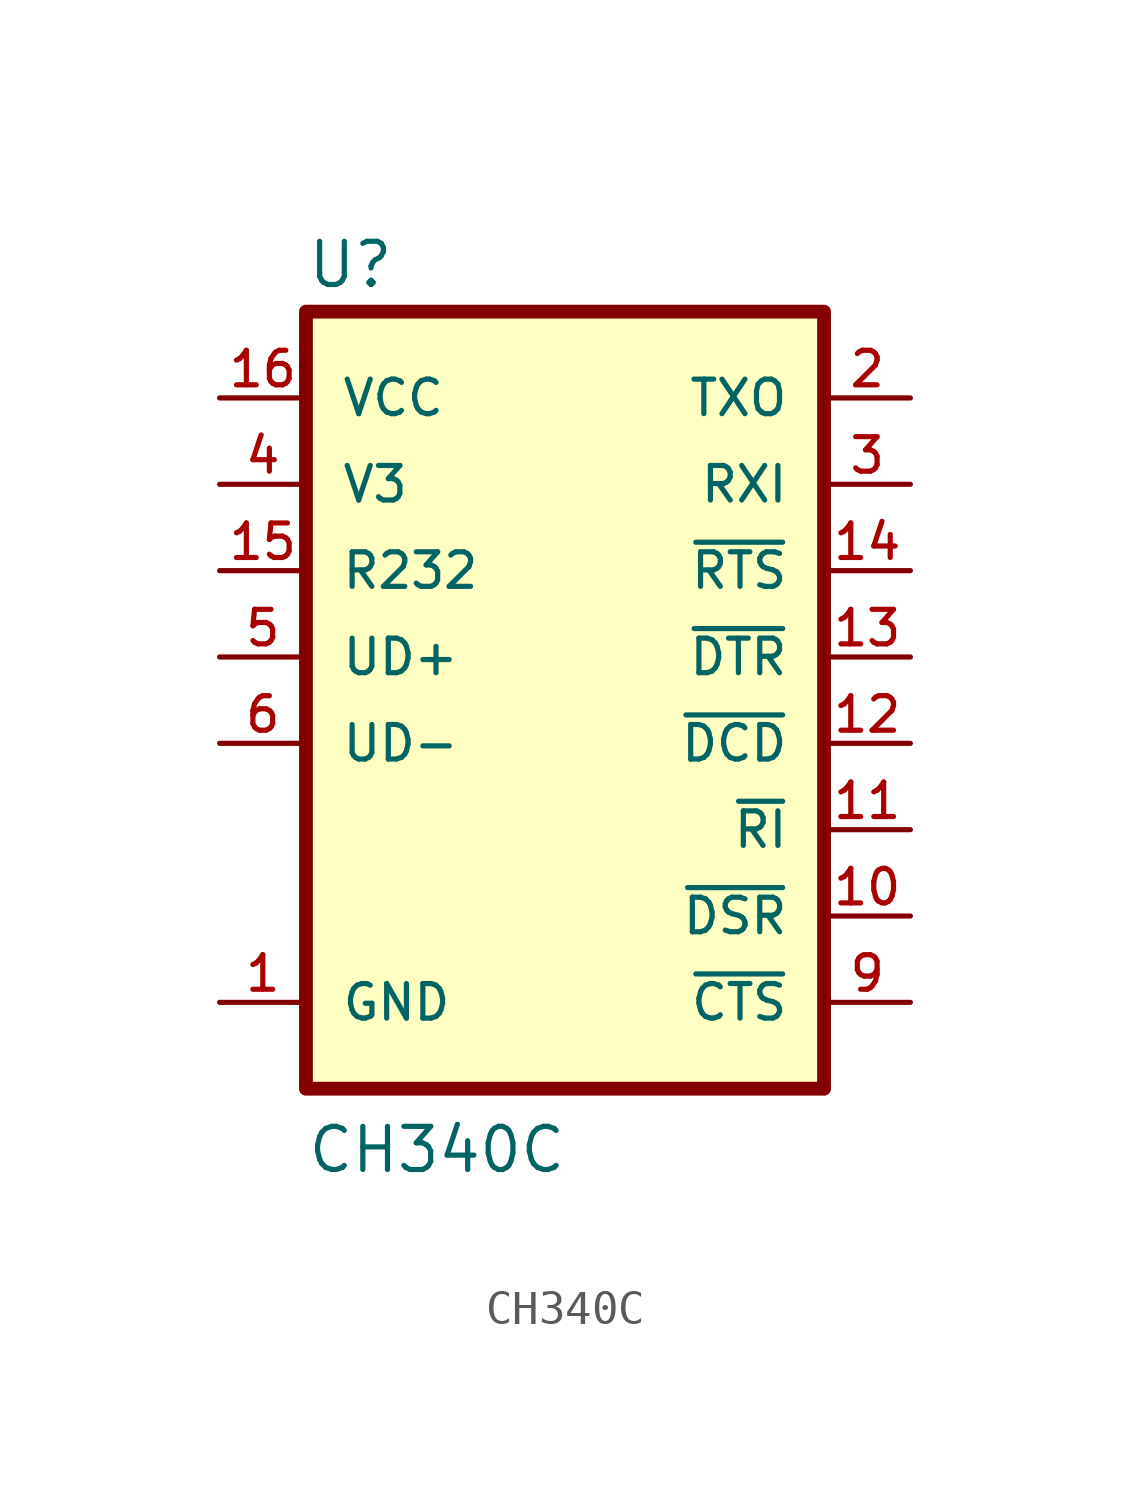
<source format=kicad_sym>
(kicad_symbol_lib
  (version 20211014)
  (generator kicad_symbol_editor)
  (symbol "CH340C"
    (pin_names
      (offset 1.016))
    (property "Reference" "U"
      (at -7.62 10.795 0)
      (effects (font (size 1.27 1.27)) (justify bottom left)))
    (property "Value" "CH340C"
      (at -7.62 -15.24 0)
      (effects (font (size 1.27 1.27)) (justify bottom left)))
    (symbol "CH340C_0_0"
      (rectangle (start -7.62 -12.7) (end 7.62 10.16) (stroke (width 0.406)) (fill (type background)))
      (pin bidirectional line (at 10.16 -10.16 180.0) (length 2.54) (name "~{CTS}" (effects (font (size 1.016 1.016)))) (number "9" (effects (font (size 1.016 1.016)))))
      (pin bidirectional line (at 10.16 -2.54 180.0) (length 2.54) (name "~{DCD}" (effects (font (size 1.016 1.016)))) (number "12" (effects (font (size 1.016 1.016)))))
      (pin bidirectional line (at 10.16 -7.62 180.0) (length 2.54) (name "~{DSR}" (effects (font (size 1.016 1.016)))) (number "10" (effects (font (size 1.016 1.016)))))
      (pin bidirectional line (at 10.16 0.0 180.0) (length 2.54) (name "~{DTR}" (effects (font (size 1.016 1.016)))) (number "13" (effects (font (size 1.016 1.016)))))
      (pin bidirectional line (at 10.16 -5.08 180.0) (length 2.54) (name "~{RI}" (effects (font (size 1.016 1.016)))) (number "11" (effects (font (size 1.016 1.016)))))
      (pin bidirectional line (at 10.16 2.54 180.0) (length 2.54) (name "~{RTS}" (effects (font (size 1.016 1.016)))) (number "14" (effects (font (size 1.016 1.016)))))
      (pin bidirectional line (at -10.16 -10.16 0) (length 2.54) (name "GND" (effects (font (size 1.016 1.016)))) (number "1" (effects (font (size 1.016 1.016)))))
      (pin bidirectional line (at -10.16 2.54 0) (length 2.54) (name "R232" (effects (font (size 1.016 1.016)))) (number "15" (effects (font (size 1.016 1.016)))))
      (pin bidirectional line (at 10.16 5.08 180.0) (length 2.54) (name "RXI" (effects (font (size 1.016 1.016)))) (number "3" (effects (font (size 1.016 1.016)))))
      (pin bidirectional line (at 10.16 7.62 180.0) (length 2.54) (name "TXO" (effects (font (size 1.016 1.016)))) (number "2" (effects (font (size 1.016 1.016)))))
      (pin bidirectional line (at -10.16 0.0 0) (length 2.54) (name "UD+" (effects (font (size 1.016 1.016)))) (number "5" (effects (font (size 1.016 1.016)))))
      (pin bidirectional line (at -10.16 -2.54 0) (length 2.54) (name "UD-" (effects (font (size 1.016 1.016)))) (number "6" (effects (font (size 1.016 1.016)))))
      (pin bidirectional line (at -10.16 5.08 0) (length 2.54) (name "V3" (effects (font (size 1.016 1.016)))) (number "4" (effects (font (size 1.016 1.016)))))
      (pin bidirectional line (at -10.16 7.62 0) (length 2.54) (name "VCC" (effects (font (size 1.016 1.016)))) (number "16" (effects (font (size 1.016 1.016))))))))
</source>
